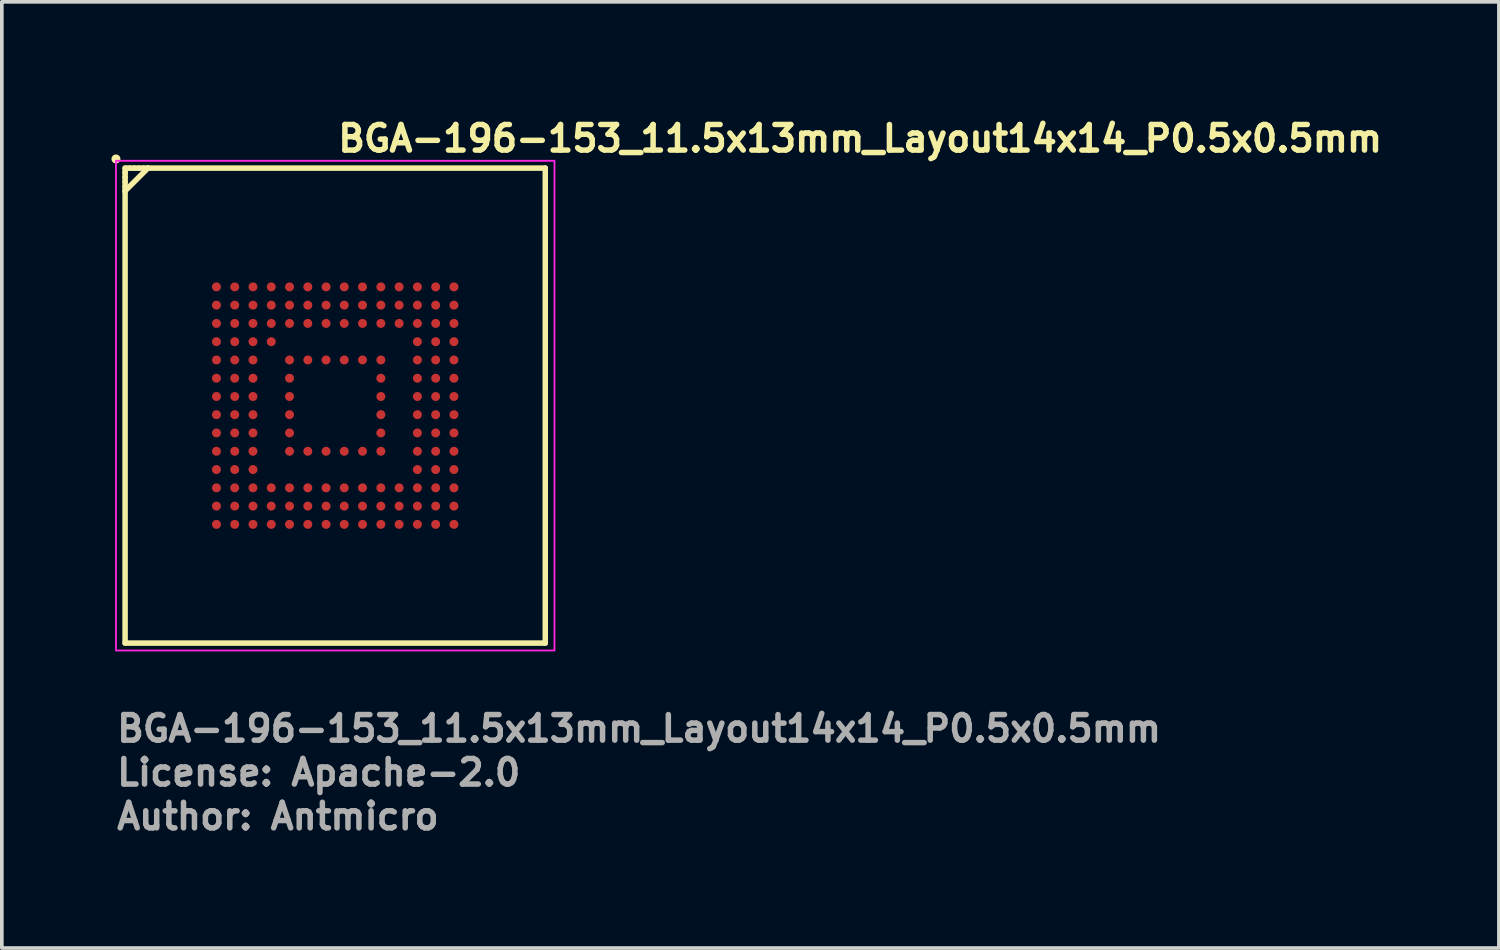
<source format=kicad_pcb>
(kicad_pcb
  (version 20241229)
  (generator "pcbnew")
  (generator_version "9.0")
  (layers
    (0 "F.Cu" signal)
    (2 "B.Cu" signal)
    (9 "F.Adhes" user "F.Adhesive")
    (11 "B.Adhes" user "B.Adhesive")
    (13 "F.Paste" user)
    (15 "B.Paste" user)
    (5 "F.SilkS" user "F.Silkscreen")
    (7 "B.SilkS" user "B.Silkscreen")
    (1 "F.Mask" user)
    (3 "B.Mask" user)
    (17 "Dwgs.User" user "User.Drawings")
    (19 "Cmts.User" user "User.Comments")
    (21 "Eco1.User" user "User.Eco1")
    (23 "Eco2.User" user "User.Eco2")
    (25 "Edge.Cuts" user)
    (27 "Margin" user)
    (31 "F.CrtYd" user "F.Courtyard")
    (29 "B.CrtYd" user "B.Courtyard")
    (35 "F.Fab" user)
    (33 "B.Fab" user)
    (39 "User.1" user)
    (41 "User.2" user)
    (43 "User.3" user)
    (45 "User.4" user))
  (footprint "BGA-196-153_11.5x13mm_Layout14x14_P0.5x0.5mm"
    (layer "F.Cu")
    (at 6.123 8.05)
    (property "Reference" "BGA-196-153_11.5x13mm_Layout14x14_P0.5x0.5mm" (at 0 -6.9 0) (layer "F.SilkS") (effects (font (size 0.7 0.7) (thickness 0.15)) (justify left bottom)))
    (attr smd)
    (fp_line (start -5.75 -6.5) (end -5.75 -6.375) (stroke (width 0.15) (type solid)) (layer "F.SilkS"))
    (fp_line (start -5.75 -6.375) (end -5.75 -6.25) (stroke (width 0.15) (type solid)) (layer "F.SilkS"))
    (fp_line (start -5.75 -6.25) (end -5.75 -6.125) (stroke (width 0.15) (type solid)) (layer "F.SilkS"))
    (fp_line (start -5.75 -6.125) (end -5.75 -6) (stroke (width 0.15) (type solid)) (layer "F.SilkS"))
    (fp_line (start -5.75 -6) (end -5.75 -5.875) (stroke (width 0.15) (type solid)) (layer "F.SilkS"))
    (fp_line (start -5.75 -5.875) (end -5.75 6.498) (stroke (width 0.15) (type solid)) (layer "F.SilkS"))
    (fp_line (start -5.75 -5.875) (end -5.125 -6.5) (stroke (width 0.15) (type solid)) (layer "F.SilkS"))
    (fp_line (start -5.75 6.498) (end 5.748 6.498) (stroke (width 0.15) (type solid)) (layer "F.SilkS"))
    (fp_line (start -5.625 -6.5) (end -5.75 -6.5) (stroke (width 0.15) (type solid)) (layer "F.SilkS"))
    (fp_line (start -5.5 -6.5) (end -5.625 -6.5) (stroke (width 0.15) (type solid)) (layer "F.SilkS"))
    (fp_line (start -5.375 -6.5) (end -5.5 -6.5) (stroke (width 0.15) (type solid)) (layer "F.SilkS"))
    (fp_line (start -5.25 -6.5) (end -5.375 -6.5) (stroke (width 0.15) (type solid)) (layer "F.SilkS"))
    (fp_line (start -5.125 -6.5) (end -5.25 -6.5) (stroke (width 0.15) (type solid)) (layer "F.SilkS"))
    (fp_line (start 5.748 -6.5) (end -5.125 -6.5) (stroke (width 0.15) (type solid)) (layer "F.SilkS"))
    (fp_line (start 5.748 6.498) (end 5.748 -6.5) (stroke (width 0.15) (type solid)) (layer "F.SilkS"))
    (fp_circle (center -6 -6.75) (end -5.952 -6.75) (stroke (width 0.15) (type solid)) (fill yes) (layer "F.SilkS"))
    (fp_rect (start -6 -6.7) (end 6 6.7) (stroke (width 0.05) (type solid)) (fill no) (layer "F.CrtYd"))
    (fp_rect (start -5.75 -6.5) (end 5.749 6.499) (stroke (width 0.1) (type solid)) (fill no) (layer "User.5"))
    (fp_line (start -5.75 -6.5) (end -5.75 6.499) (stroke (width 0.02) (type solid)) (layer "User.9"))
    (fp_line (start -5.75 6.499) (end 5.749 6.499) (stroke (width 0.02) (type solid)) (layer "User.9"))
    (fp_line (start -5.201 -5.351) (end -5.201 -5.351) (stroke (width 0.02) (type solid)) (layer "User.9"))
    (fp_line (start -5.201 -5.351) (end -5.199 -5.321) (stroke (width 0.02) (type solid)) (layer "User.9"))
    (fp_line (start -5.199 -5.382) (end -5.201 -5.351) (stroke (width 0.02) (type solid)) (layer "User.9"))
    (fp_line (start -5.199 -5.321) (end -5.197 -5.289) (stroke (width 0.02) (type solid)) (layer "User.9"))
    (fp_line (start -5.197 -5.412) (end -5.199 -5.382) (stroke (width 0.02) (type solid)) (layer "User.9"))
    (fp_line (start -5.197 -5.289) (end -5.194 -5.26) (stroke (width 0.02) (type solid)) (layer "User.9"))
    (fp_line (start -5.194 -5.443) (end -5.197 -5.412) (stroke (width 0.02) (type solid)) (layer "User.9"))
    (fp_line (start -5.194 -5.26) (end -5.188 -5.231) (stroke (width 0.02) (type solid)) (layer "User.9"))
    (fp_line (start -5.188 -5.471) (end -5.194 -5.443) (stroke (width 0.02) (type solid)) (layer "User.9"))
    (fp_line (start -5.188 -5.231) (end -5.181 -5.202) (stroke (width 0.02) (type solid)) (layer "User.9"))
    (fp_line (start -5.181 -5.5) (end -5.188 -5.471) (stroke (width 0.02) (type solid)) (layer "User.9"))
    (fp_line (start -5.181 -5.202) (end -5.173 -5.172) (stroke (width 0.02) (type solid)) (layer "User.9"))
    (fp_line (start -5.173 -5.529) (end -5.181 -5.5) (stroke (width 0.02) (type solid)) (layer "User.9"))
    (fp_line (start -5.173 -5.172) (end -5.164 -5.145) (stroke (width 0.02) (type solid)) (layer "User.9"))
    (fp_line (start -5.164 -5.558) (end -5.173 -5.529) (stroke (width 0.02) (type solid)) (layer "User.9"))
    (fp_line (start -5.164 -5.145) (end -5.154 -5.117) (stroke (width 0.02) (type solid)) (layer "User.9"))
    (fp_line (start -5.154 -5.585) (end -5.164 -5.558) (stroke (width 0.02) (type solid)) (layer "User.9"))
    (fp_line (start -5.154 -5.117) (end -5.141 -5.09) (stroke (width 0.02) (type solid)) (layer "User.9"))
    (fp_line (start -5.141 -5.611) (end -5.154 -5.585) (stroke (width 0.02) (type solid)) (layer "User.9"))
    (fp_line (start -5.141 -5.09) (end -5.129 -5.066) (stroke (width 0.02) (type solid)) (layer "User.9"))
    (fp_line (start -5.129 -5.637) (end -5.141 -5.611) (stroke (width 0.02) (type solid)) (layer "User.9"))
    (fp_line (start -5.129 -5.066) (end -5.114 -5.039) (stroke (width 0.02) (type solid)) (layer "User.9"))
    (fp_line (start -5.114 -5.662) (end -5.129 -5.637) (stroke (width 0.02) (type solid)) (layer "User.9"))
    (fp_line (start -5.114 -5.039) (end -5.098 -5.015) (stroke (width 0.02) (type solid)) (layer "User.9"))
    (fp_line (start -5.098 -5.686) (end -5.114 -5.662) (stroke (width 0.02) (type solid)) (layer "User.9"))
    (fp_line (start -5.098 -5.015) (end -5.082 -4.992) (stroke (width 0.02) (type solid)) (layer "User.9"))
    (fp_line (start -5.082 -5.71) (end -5.098 -5.686) (stroke (width 0.02) (type solid)) (layer "User.9"))
    (fp_line (start -5.082 -4.992) (end -5.063 -4.97) (stroke (width 0.02) (type solid)) (layer "User.9"))
    (fp_line (start -5.063 -5.733) (end -5.082 -5.71) (stroke (width 0.02) (type solid)) (layer "User.9"))
    (fp_line (start -5.063 -4.97) (end -5.045 -4.947) (stroke (width 0.02) (type solid)) (layer "User.9"))
    (fp_line (start -5.045 -5.755) (end -5.063 -5.733) (stroke (width 0.02) (type solid)) (layer "User.9"))
    (fp_line (start -5.045 -4.947) (end -5.026 -4.927) (stroke (width 0.02) (type solid)) (layer "User.9"))
    (fp_line (start -5.026 -5.776) (end -5.045 -5.755) (stroke (width 0.02) (type solid)) (layer "User.9"))
    (fp_line (start -5.026 -4.927) (end -5.005 -4.906) (stroke (width 0.02) (type solid)) (layer "User.9"))
    (fp_line (start -5.005 -5.795) (end -5.026 -5.776) (stroke (width 0.02) (type solid)) (layer "User.9"))
    (fp_line (start -5.005 -4.906) (end -4.983 -4.888) (stroke (width 0.02) (type solid)) (layer "User.9"))
    (fp_line (start -4.983 -5.813) (end -5.005 -5.795) (stroke (width 0.02) (type solid)) (layer "User.9"))
    (fp_line (start -4.983 -4.888) (end -4.96 -4.871) (stroke (width 0.02) (type solid)) (layer "User.9"))
    (fp_line (start -4.96 -5.832) (end -4.983 -5.813) (stroke (width 0.02) (type solid)) (layer "User.9"))
    (fp_line (start -4.96 -4.871) (end -4.936 -4.853) (stroke (width 0.02) (type solid)) (layer "User.9"))
    (fp_line (start -4.936 -5.848) (end -4.96 -5.832) (stroke (width 0.02) (type solid)) (layer "User.9"))
    (fp_line (start -4.936 -4.853) (end -4.912 -4.837) (stroke (width 0.02) (type solid)) (layer "User.9"))
    (fp_line (start -4.912 -5.864) (end -4.936 -5.848) (stroke (width 0.02) (type solid)) (layer "User.9"))
    (fp_line (start -4.912 -4.837) (end -4.887 -4.824) (stroke (width 0.02) (type solid)) (layer "User.9"))
    (fp_line (start -4.887 -5.878) (end -4.912 -5.864) (stroke (width 0.02) (type solid)) (layer "User.9"))
    (fp_line (start -4.887 -4.824) (end -4.861 -4.811) (stroke (width 0.02) (type solid)) (layer "User.9"))
    (fp_line (start -4.861 -5.891) (end -4.887 -5.878) (stroke (width 0.02) (type solid)) (layer "User.9"))
    (fp_line (start -4.861 -4.811) (end -4.835 -4.798) (stroke (width 0.02) (type solid)) (layer "User.9"))
    (fp_line (start -4.835 -5.904) (end -4.861 -5.891) (stroke (width 0.02) (type solid)) (layer "User.9"))
    (fp_line (start -4.835 -4.798) (end -4.808 -4.787) (stroke (width 0.02) (type solid)) (layer "User.9"))
    (fp_line (start -4.808 -5.914) (end -4.835 -5.904) (stroke (width 0.02) (type solid)) (layer "User.9"))
    (fp_line (start -4.808 -4.787) (end -4.779 -4.779) (stroke (width 0.02) (type solid)) (layer "User.9"))
    (fp_line (start -4.779 -5.923) (end -4.808 -5.914) (stroke (width 0.02) (type solid)) (layer "User.9"))
    (fp_line (start -4.779 -4.779) (end -4.75 -4.77) (stroke (width 0.02) (type solid)) (layer "User.9"))
    (fp_line (start -4.75 -5.933) (end -4.779 -5.923) (stroke (width 0.02) (type solid)) (layer "User.9"))
    (fp_line (start -4.75 -4.77) (end -4.721 -4.763) (stroke (width 0.02) (type solid)) (layer "User.9"))
    (fp_line (start -4.721 -5.938) (end -4.75 -5.933) (stroke (width 0.02) (type solid)) (layer "User.9"))
    (fp_line (start -4.721 -4.763) (end -4.693 -4.757) (stroke (width 0.02) (type solid)) (layer "User.9"))
    (fp_line (start -4.693 -5.944) (end -4.721 -5.938) (stroke (width 0.02) (type solid)) (layer "User.9"))
    (fp_line (start -4.693 -4.757) (end -4.662 -4.755) (stroke (width 0.02) (type solid)) (layer "User.9"))
    (fp_line (start -4.662 -5.947) (end -4.693 -5.944) (stroke (width 0.02) (type solid)) (layer "User.9"))
    (fp_line (start -4.662 -4.755) (end -4.632 -4.752) (stroke (width 0.02) (type solid)) (layer "User.9"))
    (fp_line (start -4.632 -5.951) (end -4.662 -5.947) (stroke (width 0.02) (type solid)) (layer "User.9"))
    (fp_line (start -4.632 -4.752) (end -4.601 -4.75) (stroke (width 0.02) (type solid)) (layer "User.9"))
    (fp_line (start -4.601 -5.952) (end -4.632 -5.951) (stroke (width 0.02) (type solid)) (layer "User.9"))
    (fp_line (start -4.601 -4.75) (end -4.571 -4.752) (stroke (width 0.02) (type solid)) (layer "User.9"))
    (fp_line (start -4.571 -5.951) (end -4.601 -5.952) (stroke (width 0.02) (type solid)) (layer "User.9"))
    (fp_line (start -4.571 -4.752) (end -4.539 -4.755) (stroke (width 0.02) (type solid)) (layer "User.9"))
    (fp_line (start -4.539 -5.947) (end -4.571 -5.951) (stroke (width 0.02) (type solid)) (layer "User.9"))
    (fp_line (start -4.539 -4.755) (end -4.51 -4.757) (stroke (width 0.02) (type solid)) (layer "User.9"))
    (fp_line (start -4.51 -5.944) (end -4.539 -5.947) (stroke (width 0.02) (type solid)) (layer "User.9"))
    (fp_line (start -4.51 -4.757) (end -4.481 -4.763) (stroke (width 0.02) (type solid)) (layer "User.9"))
    (fp_line (start -4.481 -5.938) (end -4.51 -5.944) (stroke (width 0.02) (type solid)) (layer "User.9"))
    (fp_line (start -4.481 -4.763) (end -4.452 -4.77) (stroke (width 0.02) (type solid)) (layer "User.9"))
    (fp_line (start -4.452 -5.933) (end -4.481 -5.938) (stroke (width 0.02) (type solid)) (layer "User.9"))
    (fp_line (start -4.452 -4.77) (end -4.422 -4.779) (stroke (width 0.02) (type solid)) (layer "User.9"))
    (fp_line (start -4.422 -5.923) (end -4.452 -5.933) (stroke (width 0.02) (type solid)) (layer "User.9"))
    (fp_line (start -4.422 -4.779) (end -4.395 -4.787) (stroke (width 0.02) (type solid)) (layer "User.9"))
    (fp_line (start -4.395 -5.914) (end -4.422 -5.923) (stroke (width 0.02) (type solid)) (layer "User.9"))
    (fp_line (start -4.395 -4.787) (end -4.367 -4.798) (stroke (width 0.02) (type solid)) (layer "User.9"))
    (fp_line (start -4.367 -5.904) (end -4.395 -5.914) (stroke (width 0.02) (type solid)) (layer "User.9"))
    (fp_line (start -4.367 -4.798) (end -4.34 -4.811) (stroke (width 0.02) (type solid)) (layer "User.9"))
    (fp_line (start -4.34 -5.891) (end -4.367 -5.904) (stroke (width 0.02) (type solid)) (layer "User.9"))
    (fp_line (start -4.34 -4.811) (end -4.316 -4.824) (stroke (width 0.02) (type solid)) (layer "User.9"))
    (fp_line (start -4.316 -5.878) (end -4.34 -5.891) (stroke (width 0.02) (type solid)) (layer "User.9"))
    (fp_line (start -4.316 -4.824) (end -4.29 -4.837) (stroke (width 0.02) (type solid)) (layer "User.9"))
    (fp_line (start -4.29 -4.837) (end -4.265 -4.853) (stroke (width 0.02) (type solid)) (layer "User.9"))
    (fp_line (start -4.289 -5.864) (end -4.316 -5.878) (stroke (width 0.02) (type solid)) (layer "User.9"))
    (fp_line (start -4.265 -5.848) (end -4.289 -5.864) (stroke (width 0.02) (type solid)) (layer "User.9"))
    (fp_line (start -4.265 -4.853) (end -4.242 -4.871) (stroke (width 0.02) (type solid)) (layer "User.9"))
    (fp_line (start -4.242 -5.832) (end -4.265 -5.848) (stroke (width 0.02) (type solid)) (layer "User.9"))
    (fp_line (start -4.242 -4.871) (end -4.22 -4.888) (stroke (width 0.02) (type solid)) (layer "User.9"))
    (fp_line (start -4.22 -5.813) (end -4.242 -5.832) (stroke (width 0.02) (type solid)) (layer "User.9"))
    (fp_line (start -4.22 -4.888) (end -4.197 -4.906) (stroke (width 0.02) (type solid)) (layer "User.9"))
    (fp_line (start -4.197 -5.795) (end -4.22 -5.813) (stroke (width 0.02) (type solid)) (layer "User.9"))
    (fp_line (start -4.197 -4.906) (end -4.177 -4.927) (stroke (width 0.02) (type solid)) (layer "User.9"))
    (fp_line (start -4.177 -5.776) (end -4.197 -5.795) (stroke (width 0.02) (type solid)) (layer "User.9"))
    (fp_line (start -4.177 -4.927) (end -4.157 -4.947) (stroke (width 0.02) (type solid)) (layer "User.9"))
    (fp_line (start -4.157 -5.755) (end -4.177 -5.776) (stroke (width 0.02) (type solid)) (layer "User.9"))
    (fp_line (start -4.157 -4.947) (end -4.138 -4.97) (stroke (width 0.02) (type solid)) (layer "User.9"))
    (fp_line (start -4.138 -5.733) (end -4.157 -5.755) (stroke (width 0.02) (type solid)) (layer "User.9"))
    (fp_line (start -4.138 -4.97) (end -4.121 -4.992) (stroke (width 0.02) (type solid)) (layer "User.9"))
    (fp_line (start -4.121 -5.71) (end -4.138 -5.733) (stroke (width 0.02) (type solid)) (layer "User.9"))
    (fp_line (start -4.121 -4.992) (end -4.103 -5.015) (stroke (width 0.02) (type solid)) (layer "User.9"))
    (fp_line (start -4.103 -5.686) (end -4.121 -5.71) (stroke (width 0.02) (type solid)) (layer "User.9"))
    (fp_line (start -4.103 -5.015) (end -4.088 -5.039) (stroke (width 0.02) (type solid)) (layer "User.9"))
    (fp_line (start -4.088 -5.662) (end -4.103 -5.686) (stroke (width 0.02) (type solid)) (layer "User.9"))
    (fp_line (start -4.088 -5.039) (end -4.074 -5.066) (stroke (width 0.02) (type solid)) (layer "User.9"))
    (fp_line (start -4.074 -5.637) (end -4.088 -5.662) (stroke (width 0.02) (type solid)) (layer "User.9"))
    (fp_line (start -4.074 -5.066) (end -4.061 -5.09) (stroke (width 0.02) (type solid)) (layer "User.9"))
    (fp_line (start -4.061 -5.611) (end -4.074 -5.637) (stroke (width 0.02) (type solid)) (layer "User.9"))
    (fp_line (start -4.061 -5.09) (end -4.048 -5.117) (stroke (width 0.02) (type solid)) (layer "User.9"))
    (fp_line (start -4.048 -5.585) (end -4.061 -5.611) (stroke (width 0.02) (type solid)) (layer "User.9"))
    (fp_line (start -4.048 -5.117) (end -4.037 -5.145) (stroke (width 0.02) (type solid)) (layer "User.9"))
    (fp_line (start -4.037 -5.558) (end -4.048 -5.585) (stroke (width 0.02) (type solid)) (layer "User.9"))
    (fp_line (start -4.037 -5.145) (end -4.029 -5.172) (stroke (width 0.02) (type solid)) (layer "User.9"))
    (fp_line (start -4.029 -5.529) (end -4.037 -5.558) (stroke (width 0.02) (type solid)) (layer "User.9"))
    (fp_line (start -4.029 -5.172) (end -4.021 -5.202) (stroke (width 0.02) (type solid)) (layer "User.9"))
    (fp_line (start -4.021 -5.5) (end -4.029 -5.529) (stroke (width 0.02) (type solid)) (layer "User.9"))
    (fp_line (start -4.021 -5.202) (end -4.013 -5.231) (stroke (width 0.02) (type solid)) (layer "User.9"))
    (fp_line (start -4.013 -5.471) (end -4.021 -5.5) (stroke (width 0.02) (type solid)) (layer "User.9"))
    (fp_line (start -4.013 -5.231) (end -4.008 -5.26) (stroke (width 0.02) (type solid)) (layer "User.9"))
    (fp_line (start -4.008 -5.443) (end -4.013 -5.471) (stroke (width 0.02) (type solid)) (layer "User.9"))
    (fp_line (start -4.008 -5.26) (end -4.005 -5.289) (stroke (width 0.02) (type solid)) (layer "User.9"))
    (fp_line (start -4.005 -5.412) (end -4.008 -5.443) (stroke (width 0.02) (type solid)) (layer "User.9"))
    (fp_line (start -4.005 -5.289) (end -4.002 -5.321) (stroke (width 0.02) (type solid)) (layer "User.9"))
    (fp_line (start -4.002 -5.382) (end -4.005 -5.412) (stroke (width 0.02) (type solid)) (layer "User.9"))
    (fp_line (start -4.002 -5.351) (end -4.002 -5.382) (stroke (width 0.02) (type solid)) (layer "User.9"))
    (fp_line (start -4.002 -5.351) (end -4.002 -5.351) (stroke (width 0.02) (type solid)) (layer "User.9"))
    (fp_line (start -4.002 -5.321) (end -4.002 -5.351) (stroke (width 0.02) (type solid)) (layer "User.9"))
    (fp_line (start 5.749 -6.5) (end -5.75 -6.5) (stroke (width 0.02) (type solid)) (layer "User.9"))
    (fp_line (start 5.749 6.499) (end 5.749 -6.5) (stroke (width 0.02) (type solid)) (layer "User.9"))
    (fp_text user "License: Apache-2.0" (at -6.05 10.448 0) (layer "F.Fab") (effects (font (size 0.7 0.7) (thickness 0.15)) (justify left bottom)))
    (fp_text user "Author: Antmicro" (at -6.05 11.647 0) (layer "F.Fab") (effects (font (size 0.7 0.7) (thickness 0.15)) (justify left bottom)))
    (fp_text user "${REFERENCE}" (at -6.05 9.247 0) (layer "F.Fab") (effects (font (size 0.7 0.7) (thickness 0.15)) (justify left bottom)))
    (pad "A1" smd circle (at -3.25 -3.25) (size 0.245 0.245) (layers "F.Cu" "F.Mask" "F.Paste"))
    (pad "A2" smd circle (at -2.75 -3.25) (size 0.245 0.245) (layers "F.Cu" "F.Mask" "F.Paste"))
    (pad "A3" smd circle (at -2.25 -3.25) (size 0.245 0.245) (layers "F.Cu" "F.Mask" "F.Paste"))
    (pad "A4" smd circle (at -1.75 -3.25) (size 0.245 0.245) (layers "F.Cu" "F.Mask" "F.Paste"))
    (pad "A5" smd circle (at -1.25 -3.25) (size 0.245 0.245) (layers "F.Cu" "F.Mask" "F.Paste"))
    (pad "A6" smd circle (at -0.75 -3.25) (size 0.245 0.245) (layers "F.Cu" "F.Mask" "F.Paste"))
    (pad "A7" smd circle (at -0.25 -3.25) (size 0.245 0.245) (layers "F.Cu" "F.Mask" "F.Paste"))
    (pad "A8" smd circle (at 0.247 -3.25) (size 0.245 0.245) (layers "F.Cu" "F.Mask" "F.Paste"))
    (pad "A9" smd circle (at 0.747 -3.25) (size 0.245 0.245) (layers "F.Cu" "F.Mask" "F.Paste"))
    (pad "A10" smd circle (at 1.249 -3.25) (size 0.245 0.245) (layers "F.Cu" "F.Mask" "F.Paste"))
    (pad "A11" smd circle (at 1.749 -3.25) (size 0.245 0.245) (layers "F.Cu" "F.Mask" "F.Paste"))
    (pad "A12" smd circle (at 2.249 -3.25) (size 0.245 0.245) (layers "F.Cu" "F.Mask" "F.Paste"))
    (pad "A13" smd circle (at 2.749 -3.25) (size 0.245 0.245) (layers "F.Cu" "F.Mask" "F.Paste"))
    (pad "A14" smd circle (at 3.249 -3.25) (size 0.245 0.245) (layers "F.Cu" "F.Mask" "F.Paste"))
    (pad "B1" smd circle (at -3.25 -2.75) (size 0.245 0.245) (layers "F.Cu" "F.Mask" "F.Paste"))
    (pad "B2" smd circle (at -2.75 -2.75) (size 0.245 0.245) (layers "F.Cu" "F.Mask" "F.Paste"))
    (pad "B3" smd circle (at -2.25 -2.75) (size 0.245 0.245) (layers "F.Cu" "F.Mask" "F.Paste"))
    (pad "B4" smd circle (at -1.75 -2.75) (size 0.245 0.245) (layers "F.Cu" "F.Mask" "F.Paste"))
    (pad "B5" smd circle (at -1.25 -2.75) (size 0.245 0.245) (layers "F.Cu" "F.Mask" "F.Paste"))
    (pad "B6" smd circle (at -0.75 -2.75) (size 0.245 0.245) (layers "F.Cu" "F.Mask" "F.Paste"))
    (pad "B7" smd circle (at -0.25 -2.75) (size 0.245 0.245) (layers "F.Cu" "F.Mask" "F.Paste"))
    (pad "B8" smd circle (at 0.247 -2.75) (size 0.245 0.245) (layers "F.Cu" "F.Mask" "F.Paste"))
    (pad "B9" smd circle (at 0.747 -2.75) (size 0.245 0.245) (layers "F.Cu" "F.Mask" "F.Paste"))
    (pad "B10" smd circle (at 1.249 -2.75) (size 0.245 0.245) (layers "F.Cu" "F.Mask" "F.Paste"))
    (pad "B11" smd circle (at 1.749 -2.75) (size 0.245 0.245) (layers "F.Cu" "F.Mask" "F.Paste"))
    (pad "B12" smd circle (at 2.249 -2.75) (size 0.245 0.245) (layers "F.Cu" "F.Mask" "F.Paste"))
    (pad "B13" smd circle (at 2.749 -2.75) (size 0.245 0.245) (layers "F.Cu" "F.Mask" "F.Paste"))
    (pad "B14" smd circle (at 3.249 -2.75) (size 0.245 0.245) (layers "F.Cu" "F.Mask" "F.Paste"))
    (pad "C1" smd circle (at -3.25 -2.25) (size 0.245 0.245) (layers "F.Cu" "F.Mask" "F.Paste"))
    (pad "C2" smd circle (at -2.75 -2.25) (size 0.245 0.245) (layers "F.Cu" "F.Mask" "F.Paste"))
    (pad "C3" smd circle (at -2.25 -2.25) (size 0.245 0.245) (layers "F.Cu" "F.Mask" "F.Paste"))
    (pad "C4" smd circle (at -1.75 -2.25) (size 0.245 0.245) (layers "F.Cu" "F.Mask" "F.Paste"))
    (pad "C5" smd circle (at -1.25 -2.25) (size 0.245 0.245) (layers "F.Cu" "F.Mask" "F.Paste"))
    (pad "C6" smd circle (at -0.75 -2.25) (size 0.245 0.245) (layers "F.Cu" "F.Mask" "F.Paste"))
    (pad "C7" smd circle (at -0.25 -2.25) (size 0.245 0.245) (layers "F.Cu" "F.Mask" "F.Paste"))
    (pad "C8" smd circle (at 0.247 -2.25) (size 0.245 0.245) (layers "F.Cu" "F.Mask" "F.Paste"))
    (pad "C9" smd circle (at 0.747 -2.25) (size 0.245 0.245) (layers "F.Cu" "F.Mask" "F.Paste"))
    (pad "C10" smd circle (at 1.249 -2.25) (size 0.245 0.245) (layers "F.Cu" "F.Mask" "F.Paste"))
    (pad "C11" smd circle (at 1.749 -2.25) (size 0.245 0.245) (layers "F.Cu" "F.Mask" "F.Paste"))
    (pad "C12" smd circle (at 2.249 -2.25) (size 0.245 0.245) (layers "F.Cu" "F.Mask" "F.Paste"))
    (pad "C13" smd circle (at 2.749 -2.25) (size 0.245 0.245) (layers "F.Cu" "F.Mask" "F.Paste"))
    (pad "C14" smd circle (at 3.249 -2.25) (size 0.245 0.245) (layers "F.Cu" "F.Mask" "F.Paste"))
    (pad "D1" smd circle (at -3.25 -1.75) (size 0.245 0.245) (layers "F.Cu" "F.Mask" "F.Paste"))
    (pad "D2" smd circle (at -2.75 -1.75) (size 0.245 0.245) (layers "F.Cu" "F.Mask" "F.Paste"))
    (pad "D3" smd circle (at -2.25 -1.75) (size 0.245 0.245) (layers "F.Cu" "F.Mask" "F.Paste"))
    (pad "D4" smd circle (at -1.75 -1.75) (size 0.245 0.245) (layers "F.Cu" "F.Mask" "F.Paste"))
    (pad "D12" smd circle (at 2.249 -1.75) (size 0.245 0.245) (layers "F.Cu" "F.Mask" "F.Paste"))
    (pad "D13" smd circle (at 2.749 -1.75) (size 0.245 0.245) (layers "F.Cu" "F.Mask" "F.Paste"))
    (pad "D14" smd circle (at 3.249 -1.75) (size 0.245 0.245) (layers "F.Cu" "F.Mask" "F.Paste"))
    (pad "E1" smd circle (at -3.25 -1.25) (size 0.245 0.245) (layers "F.Cu" "F.Mask" "F.Paste"))
    (pad "E2" smd circle (at -2.75 -1.25) (size 0.245 0.245) (layers "F.Cu" "F.Mask" "F.Paste"))
    (pad "E3" smd circle (at -2.25 -1.25) (size 0.245 0.245) (layers "F.Cu" "F.Mask" "F.Paste"))
    (pad "E5" smd circle (at -1.25 -1.25) (size 0.245 0.245) (layers "F.Cu" "F.Mask" "F.Paste"))
    (pad "E6" smd circle (at -0.75 -1.25) (size 0.245 0.245) (layers "F.Cu" "F.Mask" "F.Paste"))
    (pad "E7" smd circle (at -0.25 -1.25) (size 0.245 0.245) (layers "F.Cu" "F.Mask" "F.Paste"))
    (pad "E8" smd circle (at 0.247 -1.25) (size 0.245 0.245) (layers "F.Cu" "F.Mask" "F.Paste"))
    (pad "E9" smd circle (at 0.747 -1.25) (size 0.245 0.245) (layers "F.Cu" "F.Mask" "F.Paste"))
    (pad "E10" smd circle (at 1.249 -1.25) (size 0.245 0.245) (layers "F.Cu" "F.Mask" "F.Paste"))
    (pad "E12" smd circle (at 2.249 -1.25) (size 0.245 0.245) (layers "F.Cu" "F.Mask" "F.Paste"))
    (pad "E13" smd circle (at 2.749 -1.25) (size 0.245 0.245) (layers "F.Cu" "F.Mask" "F.Paste"))
    (pad "E14" smd circle (at 3.249 -1.25) (size 0.245 0.245) (layers "F.Cu" "F.Mask" "F.Paste"))
    (pad "F1" smd circle (at -3.25 -0.75) (size 0.245 0.245) (layers "F.Cu" "F.Mask" "F.Paste"))
    (pad "F2" smd circle (at -2.75 -0.75) (size 0.245 0.245) (layers "F.Cu" "F.Mask" "F.Paste"))
    (pad "F3" smd circle (at -2.25 -0.75) (size 0.245 0.245) (layers "F.Cu" "F.Mask" "F.Paste"))
    (pad "F5" smd circle (at -1.25 -0.75) (size 0.245 0.245) (layers "F.Cu" "F.Mask" "F.Paste"))
    (pad "F10" smd circle (at 1.249 -0.75) (size 0.245 0.245) (layers "F.Cu" "F.Mask" "F.Paste"))
    (pad "F12" smd circle (at 2.249 -0.75) (size 0.245 0.245) (layers "F.Cu" "F.Mask" "F.Paste"))
    (pad "F13" smd circle (at 2.749 -0.75) (size 0.245 0.245) (layers "F.Cu" "F.Mask" "F.Paste"))
    (pad "F14" smd circle (at 3.249 -0.75) (size 0.245 0.245) (layers "F.Cu" "F.Mask" "F.Paste"))
    (pad "G1" smd circle (at -3.25 -0.25) (size 0.245 0.245) (layers "F.Cu" "F.Mask" "F.Paste"))
    (pad "G2" smd circle (at -2.75 -0.25) (size 0.245 0.245) (layers "F.Cu" "F.Mask" "F.Paste"))
    (pad "G3" smd circle (at -2.25 -0.25) (size 0.245 0.245) (layers "F.Cu" "F.Mask" "F.Paste"))
    (pad "G5" smd circle (at -1.25 -0.25) (size 0.245 0.245) (layers "F.Cu" "F.Mask" "F.Paste"))
    (pad "G10" smd circle (at 1.249 -0.25) (size 0.245 0.245) (layers "F.Cu" "F.Mask" "F.Paste"))
    (pad "G12" smd circle (at 2.249 -0.25) (size 0.245 0.245) (layers "F.Cu" "F.Mask" "F.Paste"))
    (pad "G13" smd circle (at 2.749 -0.25) (size 0.245 0.245) (layers "F.Cu" "F.Mask" "F.Paste"))
    (pad "G14" smd circle (at 3.249 -0.25) (size 0.245 0.245) (layers "F.Cu" "F.Mask" "F.Paste"))
    (pad "H1" smd circle (at -3.25 0.247) (size 0.245 0.245) (layers "F.Cu" "F.Mask" "F.Paste"))
    (pad "H2" smd circle (at -2.75 0.247) (size 0.245 0.245) (layers "F.Cu" "F.Mask" "F.Paste"))
    (pad "H3" smd circle (at -2.25 0.247) (size 0.245 0.245) (layers "F.Cu" "F.Mask" "F.Paste"))
    (pad "H5" smd circle (at -1.25 0.247) (size 0.245 0.245) (layers "F.Cu" "F.Mask" "F.Paste"))
    (pad "H10" smd circle (at 1.249 0.247) (size 0.245 0.245) (layers "F.Cu" "F.Mask" "F.Paste"))
    (pad "H12" smd circle (at 2.249 0.247) (size 0.245 0.245) (layers "F.Cu" "F.Mask" "F.Paste"))
    (pad "H13" smd circle (at 2.749 0.247) (size 0.245 0.245) (layers "F.Cu" "F.Mask" "F.Paste"))
    (pad "H14" smd circle (at 3.249 0.247) (size 0.245 0.245) (layers "F.Cu" "F.Mask" "F.Paste"))
    (pad "J1" smd circle (at -3.25 0.747) (size 0.245 0.245) (layers "F.Cu" "F.Mask" "F.Paste"))
    (pad "J2" smd circle (at -2.75 0.747) (size 0.245 0.245) (layers "F.Cu" "F.Mask" "F.Paste"))
    (pad "J3" smd circle (at -2.25 0.747) (size 0.245 0.245) (layers "F.Cu" "F.Mask" "F.Paste"))
    (pad "J5" smd circle (at -1.25 0.747) (size 0.245 0.245) (layers "F.Cu" "F.Mask" "F.Paste"))
    (pad "J10" smd circle (at 1.249 0.747) (size 0.245 0.245) (layers "F.Cu" "F.Mask" "F.Paste"))
    (pad "J12" smd circle (at 2.249 0.747) (size 0.245 0.245) (layers "F.Cu" "F.Mask" "F.Paste"))
    (pad "J13" smd circle (at 2.749 0.747) (size 0.245 0.245) (layers "F.Cu" "F.Mask" "F.Paste"))
    (pad "J14" smd circle (at 3.249 0.747) (size 0.245 0.245) (layers "F.Cu" "F.Mask" "F.Paste"))
    (pad "K1" smd circle (at -3.25 1.249) (size 0.245 0.245) (layers "F.Cu" "F.Mask" "F.Paste"))
    (pad "K2" smd circle (at -2.75 1.249) (size 0.245 0.245) (layers "F.Cu" "F.Mask" "F.Paste"))
    (pad "K3" smd circle (at -2.25 1.249) (size 0.245 0.245) (layers "F.Cu" "F.Mask" "F.Paste"))
    (pad "K5" smd circle (at -1.25 1.249) (size 0.245 0.245) (layers "F.Cu" "F.Mask" "F.Paste"))
    (pad "K6" smd circle (at -0.75 1.249) (size 0.245 0.245) (layers "F.Cu" "F.Mask" "F.Paste"))
    (pad "K7" smd circle (at -0.25 1.249) (size 0.245 0.245) (layers "F.Cu" "F.Mask" "F.Paste"))
    (pad "K8" smd circle (at 0.247 1.249) (size 0.245 0.245) (layers "F.Cu" "F.Mask" "F.Paste"))
    (pad "K9" smd circle (at 0.747 1.249) (size 0.245 0.245) (layers "F.Cu" "F.Mask" "F.Paste"))
    (pad "K10" smd circle (at 1.249 1.249) (size 0.245 0.245) (layers "F.Cu" "F.Mask" "F.Paste"))
    (pad "K12" smd circle (at 2.249 1.249) (size 0.245 0.245) (layers "F.Cu" "F.Mask" "F.Paste"))
    (pad "K13" smd circle (at 2.749 1.249) (size 0.245 0.245) (layers "F.Cu" "F.Mask" "F.Paste"))
    (pad "K14" smd circle (at 3.249 1.249) (size 0.245 0.245) (layers "F.Cu" "F.Mask" "F.Paste"))
    (pad "L1" smd circle (at -3.25 1.749) (size 0.245 0.245) (layers "F.Cu" "F.Mask" "F.Paste"))
    (pad "L2" smd circle (at -2.75 1.749) (size 0.245 0.245) (layers "F.Cu" "F.Mask" "F.Paste"))
    (pad "L3" smd circle (at -2.25 1.749) (size 0.245 0.245) (layers "F.Cu" "F.Mask" "F.Paste"))
    (pad "L12" smd circle (at 2.249 1.749) (size 0.245 0.245) (layers "F.Cu" "F.Mask" "F.Paste"))
    (pad "L13" smd circle (at 2.749 1.749) (size 0.245 0.245) (layers "F.Cu" "F.Mask" "F.Paste"))
    (pad "L14" smd circle (at 3.249 1.749) (size 0.245 0.245) (layers "F.Cu" "F.Mask" "F.Paste"))
    (pad "M1" smd circle (at -3.25 2.249) (size 0.245 0.245) (layers "F.Cu" "F.Mask" "F.Paste"))
    (pad "M2" smd circle (at -2.75 2.249) (size 0.245 0.245) (layers "F.Cu" "F.Mask" "F.Paste"))
    (pad "M3" smd circle (at -2.25 2.249) (size 0.245 0.245) (layers "F.Cu" "F.Mask" "F.Paste"))
    (pad "M4" smd circle (at -1.75 2.249) (size 0.245 0.245) (layers "F.Cu" "F.Mask" "F.Paste"))
    (pad "M5" smd circle (at -1.25 2.249) (size 0.245 0.245) (layers "F.Cu" "F.Mask" "F.Paste"))
    (pad "M6" smd circle (at -0.75 2.249) (size 0.245 0.245) (layers "F.Cu" "F.Mask" "F.Paste"))
    (pad "M7" smd circle (at -0.25 2.249) (size 0.245 0.245) (layers "F.Cu" "F.Mask" "F.Paste"))
    (pad "M8" smd circle (at 0.247 2.249) (size 0.245 0.245) (layers "F.Cu" "F.Mask" "F.Paste"))
    (pad "M9" smd circle (at 0.747 2.249) (size 0.245 0.245) (layers "F.Cu" "F.Mask" "F.Paste"))
    (pad "M10" smd circle (at 1.249 2.249) (size 0.245 0.245) (layers "F.Cu" "F.Mask" "F.Paste"))
    (pad "M11" smd circle (at 1.749 2.249) (size 0.245 0.245) (layers "F.Cu" "F.Mask" "F.Paste"))
    (pad "M12" smd circle (at 2.249 2.249) (size 0.245 0.245) (layers "F.Cu" "F.Mask" "F.Paste"))
    (pad "M13" smd circle (at 2.749 2.249) (size 0.245 0.245) (layers "F.Cu" "F.Mask" "F.Paste"))
    (pad "M14" smd circle (at 3.249 2.249) (size 0.245 0.245) (layers "F.Cu" "F.Mask" "F.Paste"))
    (pad "N1" smd circle (at -3.25 2.749) (size 0.245 0.245) (layers "F.Cu" "F.Mask" "F.Paste"))
    (pad "N2" smd circle (at -2.75 2.749) (size 0.245 0.245) (layers "F.Cu" "F.Mask" "F.Paste"))
    (pad "N3" smd circle (at -2.25 2.749) (size 0.245 0.245) (layers "F.Cu" "F.Mask" "F.Paste"))
    (pad "N4" smd circle (at -1.75 2.749) (size 0.245 0.245) (layers "F.Cu" "F.Mask" "F.Paste"))
    (pad "N5" smd circle (at -1.25 2.749) (size 0.245 0.245) (layers "F.Cu" "F.Mask" "F.Paste"))
    (pad "N6" smd circle (at -0.75 2.749) (size 0.245 0.245) (layers "F.Cu" "F.Mask" "F.Paste"))
    (pad "N7" smd circle (at -0.25 2.749) (size 0.245 0.245) (layers "F.Cu" "F.Mask" "F.Paste"))
    (pad "N8" smd circle (at 0.247 2.749) (size 0.245 0.245) (layers "F.Cu" "F.Mask" "F.Paste"))
    (pad "N9" smd circle (at 0.747 2.749) (size 0.245 0.245) (layers "F.Cu" "F.Mask" "F.Paste"))
    (pad "N10" smd circle (at 1.249 2.749) (size 0.245 0.245) (layers "F.Cu" "F.Mask" "F.Paste"))
    (pad "N11" smd circle (at 1.749 2.749) (size 0.245 0.245) (layers "F.Cu" "F.Mask" "F.Paste"))
    (pad "N12" smd circle (at 2.249 2.749) (size 0.245 0.245) (layers "F.Cu" "F.Mask" "F.Paste"))
    (pad "N13" smd circle (at 2.749 2.749) (size 0.245 0.245) (layers "F.Cu" "F.Mask" "F.Paste"))
    (pad "N14" smd circle (at 3.249 2.749) (size 0.245 0.245) (layers "F.Cu" "F.Mask" "F.Paste"))
    (pad "P1" smd circle (at -3.25 3.249) (size 0.245 0.245) (layers "F.Cu" "F.Mask" "F.Paste"))
    (pad "P2" smd circle (at -2.75 3.249) (size 0.245 0.245) (layers "F.Cu" "F.Mask" "F.Paste"))
    (pad "P3" smd circle (at -2.25 3.249) (size 0.245 0.245) (layers "F.Cu" "F.Mask" "F.Paste"))
    (pad "P4" smd circle (at -1.75 3.249) (size 0.245 0.245) (layers "F.Cu" "F.Mask" "F.Paste"))
    (pad "P5" smd circle (at -1.25 3.249) (size 0.245 0.245) (layers "F.Cu" "F.Mask" "F.Paste"))
    (pad "P6" smd circle (at -0.75 3.249) (size 0.245 0.245) (layers "F.Cu" "F.Mask" "F.Paste"))
    (pad "P7" smd circle (at -0.25 3.249) (size 0.245 0.245) (layers "F.Cu" "F.Mask" "F.Paste"))
    (pad "P8" smd circle (at 0.247 3.249) (size 0.245 0.245) (layers "F.Cu" "F.Mask" "F.Paste"))
    (pad "P9" smd circle (at 0.747 3.249) (size 0.245 0.245) (layers "F.Cu" "F.Mask" "F.Paste"))
    (pad "P10" smd circle (at 1.249 3.249) (size 0.245 0.245) (layers "F.Cu" "F.Mask" "F.Paste"))
    (pad "P11" smd circle (at 1.749 3.249) (size 0.245 0.245) (layers "F.Cu" "F.Mask" "F.Paste"))
    (pad "P12" smd circle (at 2.249 3.249) (size 0.245 0.245) (layers "F.Cu" "F.Mask" "F.Paste"))
    (pad "P13" smd circle (at 2.749 3.249) (size 0.245 0.245) (layers "F.Cu" "F.Mask" "F.Paste"))
    (pad "P14" smd circle (at 3.249 3.249) (size 0.245 0.245) (layers "F.Cu" "F.Mask" "F.Paste")))
  (gr_rect
    (start -3 -3)
    (end 37.966 22.892)
    (stroke (width 0.1) (type default))
    (fill no)
    (layer "Edge.Cuts")))
</source>
